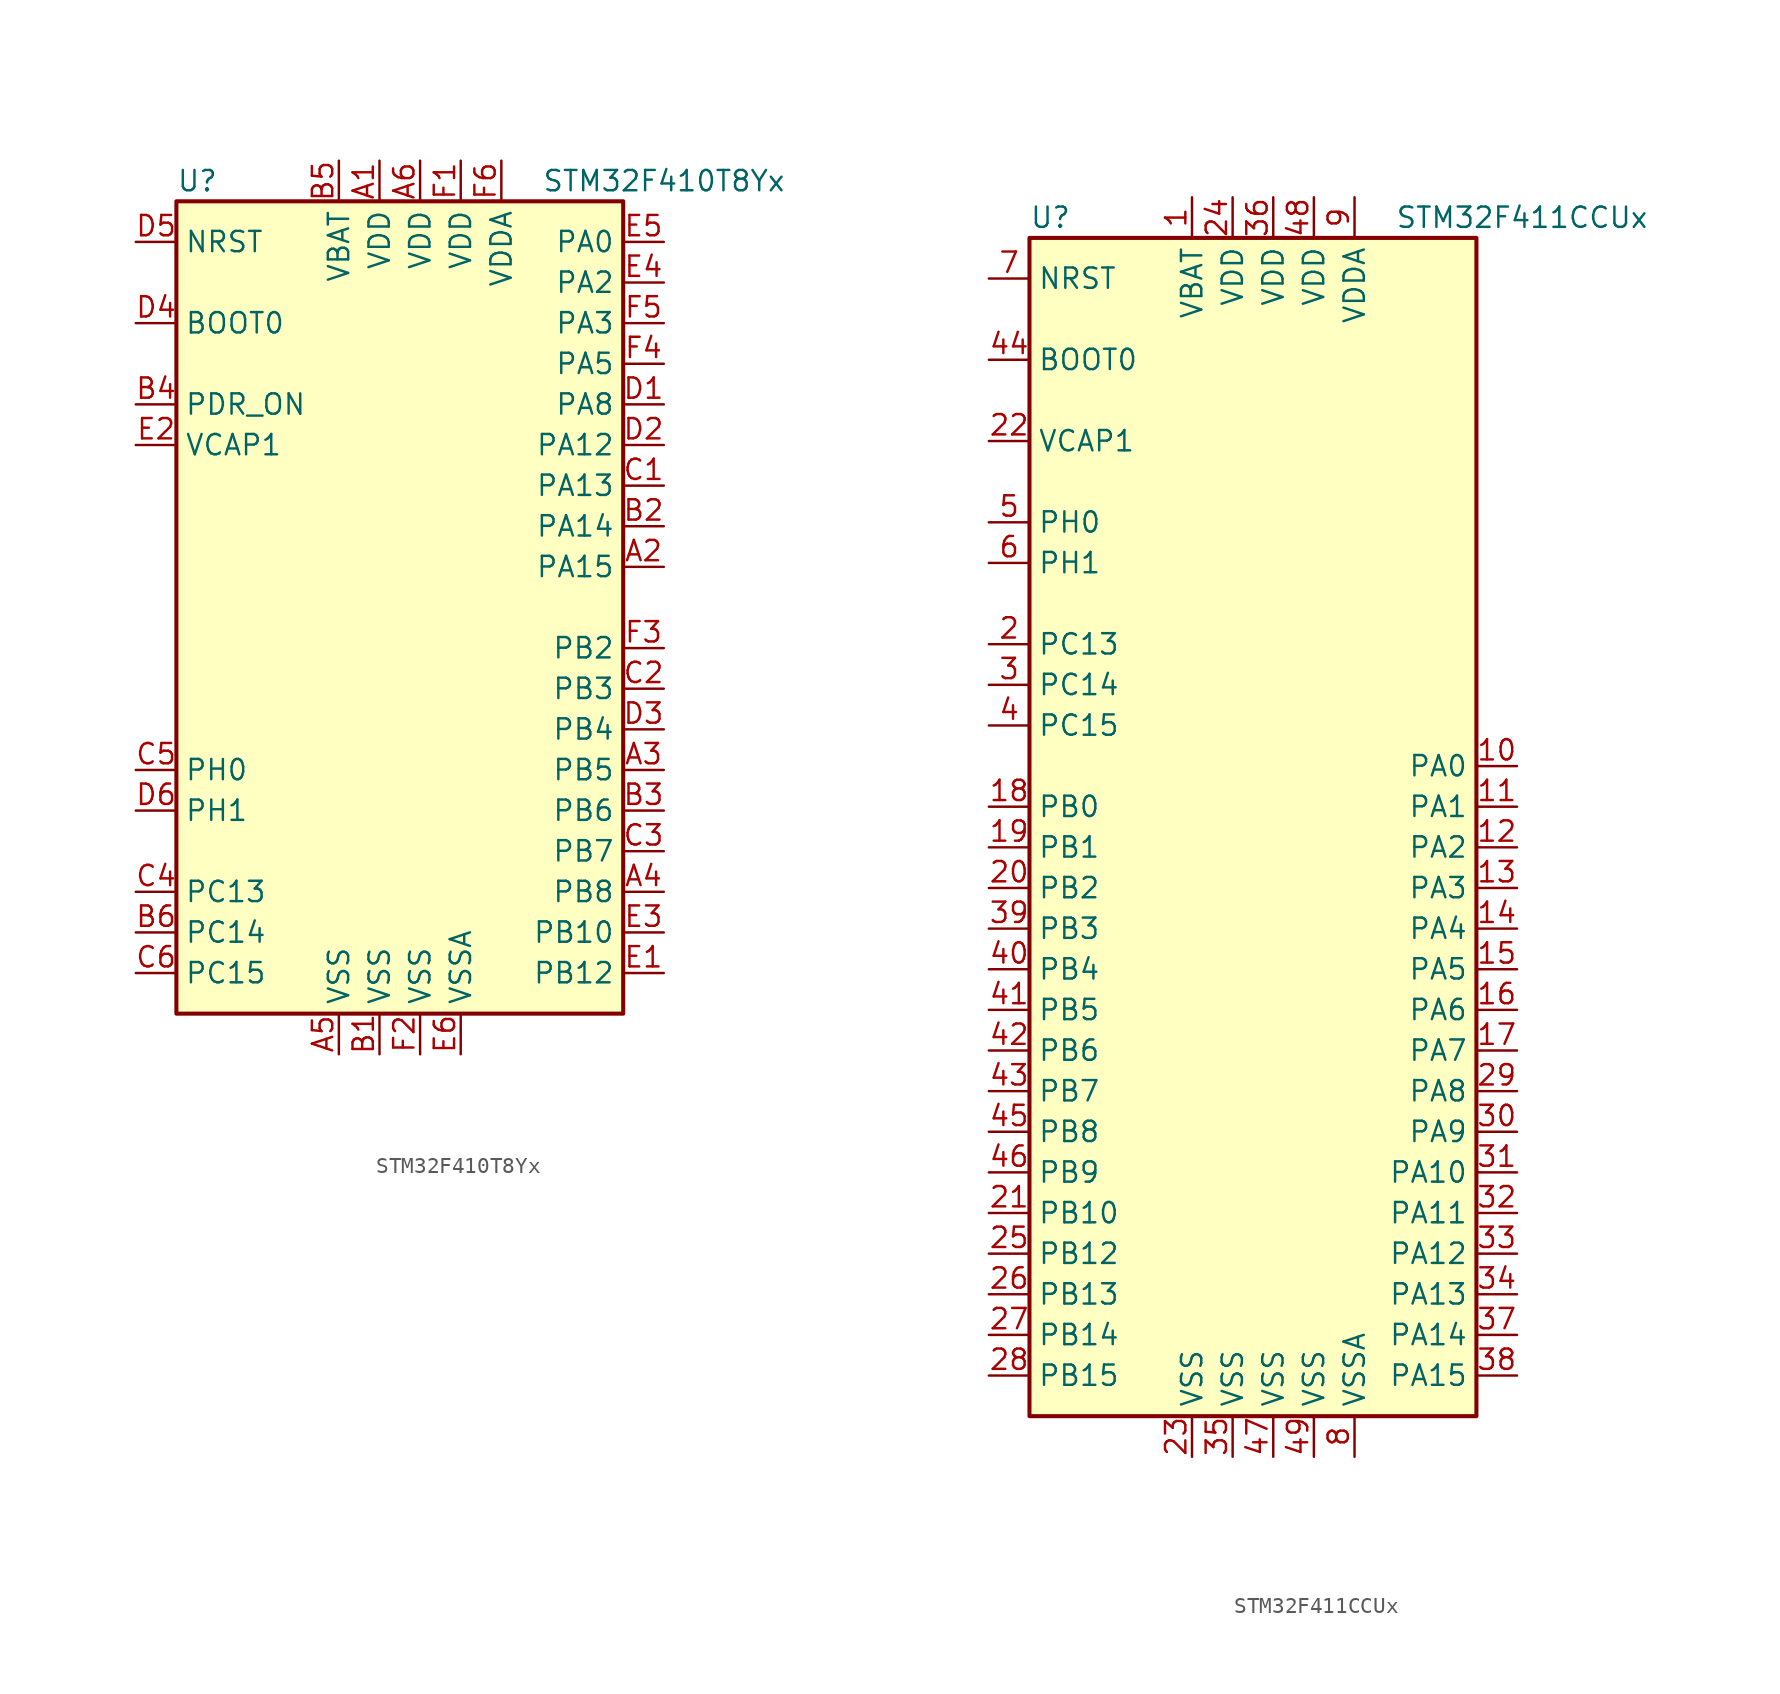
<source format=kicad_sym>
(kicad_symbol_lib
  (version 20201005)
  (generator kicad_symbol_editor)
  (symbol "STM32F410T8Yx"
    (property "Reference" "U"
      (at -15.24 26.67 0)
      (effects (font (size 1.27 1.27)) (justify left)))
    (property "Value" "STM32F410T8Yx"
      (at 7.62 26.67 0)
      (effects (font (size 1.27 1.27)) (justify left)))
    (symbol "STM32F410T8Yx_0_1"
      (rectangle (start -15.24 -25.4) (end 12.7 25.4) (stroke (width 0.254)) (fill (type background))))
    (symbol "STM32F410T8Yx_1_1"
      (pin input line (at -17.78 17.78 0) (length 2.54) (name "BOOT0" (effects (font (size 1.27 1.27)))) (number "D4" (effects (font (size 1.27 1.27)))))
      (pin input line (at -17.78 22.86 0) (length 2.54) (name "NRST" (effects (font (size 1.27 1.27)))) (number "D5" (effects (font (size 1.27 1.27)))))
      (pin bidirectional line (at 15.24 22.86 180) (length 2.54) (name "PA0" (effects (font (size 1.27 1.27)))) (number "E5" (effects (font (size 1.27 1.27)))))
      (pin bidirectional line (at 15.24 10.16 180) (length 2.54) (name "PA12" (effects (font (size 1.27 1.27)))) (number "D2" (effects (font (size 1.27 1.27)))))
      (pin bidirectional line (at 15.24 7.62 180) (length 2.54) (name "PA13" (effects (font (size 1.27 1.27)))) (number "C1" (effects (font (size 1.27 1.27)))))
      (pin bidirectional line (at 15.24 5.08 180) (length 2.54) (name "PA14" (effects (font (size 1.27 1.27)))) (number "B2" (effects (font (size 1.27 1.27)))))
      (pin bidirectional line (at 15.24 2.54 180) (length 2.54) (name "PA15" (effects (font (size 1.27 1.27)))) (number "A2" (effects (font (size 1.27 1.27)))))
      (pin bidirectional line (at 15.24 20.32 180) (length 2.54) (name "PA2" (effects (font (size 1.27 1.27)))) (number "E4" (effects (font (size 1.27 1.27)))))
      (pin bidirectional line (at 15.24 17.78 180) (length 2.54) (name "PA3" (effects (font (size 1.27 1.27)))) (number "F5" (effects (font (size 1.27 1.27)))))
      (pin bidirectional line (at 15.24 15.24 180) (length 2.54) (name "PA5" (effects (font (size 1.27 1.27)))) (number "F4" (effects (font (size 1.27 1.27)))))
      (pin bidirectional line (at 15.24 12.7 180) (length 2.54) (name "PA8" (effects (font (size 1.27 1.27)))) (number "D1" (effects (font (size 1.27 1.27)))))
      (pin bidirectional line (at 15.24 -20.32 180) (length 2.54) (name "PB10" (effects (font (size 1.27 1.27)))) (number "E3" (effects (font (size 1.27 1.27)))))
      (pin bidirectional line (at 15.24 -22.86 180) (length 2.54) (name "PB12" (effects (font (size 1.27 1.27)))) (number "E1" (effects (font (size 1.27 1.27)))))
      (pin bidirectional line (at 15.24 -2.54 180) (length 2.54) (name "PB2" (effects (font (size 1.27 1.27)))) (number "F3" (effects (font (size 1.27 1.27)))))
      (pin bidirectional line (at 15.24 -5.08 180) (length 2.54) (name "PB3" (effects (font (size 1.27 1.27)))) (number "C2" (effects (font (size 1.27 1.27)))))
      (pin bidirectional line (at 15.24 -7.62 180) (length 2.54) (name "PB4" (effects (font (size 1.27 1.27)))) (number "D3" (effects (font (size 1.27 1.27)))))
      (pin bidirectional line (at 15.24 -10.16 180) (length 2.54) (name "PB5" (effects (font (size 1.27 1.27)))) (number "A3" (effects (font (size 1.27 1.27)))))
      (pin bidirectional line (at 15.24 -12.7 180) (length 2.54) (name "PB6" (effects (font (size 1.27 1.27)))) (number "B3" (effects (font (size 1.27 1.27)))))
      (pin bidirectional line (at 15.24 -15.24 180) (length 2.54) (name "PB7" (effects (font (size 1.27 1.27)))) (number "C3" (effects (font (size 1.27 1.27)))))
      (pin bidirectional line (at 15.24 -17.78 180) (length 2.54) (name "PB8" (effects (font (size 1.27 1.27)))) (number "A4" (effects (font (size 1.27 1.27)))))
      (pin bidirectional line (at -17.78 -17.78 0) (length 2.54) (name "PC13" (effects (font (size 1.27 1.27)))) (number "C4" (effects (font (size 1.27 1.27)))))
      (pin bidirectional line (at -17.78 -20.32 0) (length 2.54) (name "PC14" (effects (font (size 1.27 1.27)))) (number "B6" (effects (font (size 1.27 1.27)))))
      (pin bidirectional line (at -17.78 -22.86 0) (length 2.54) (name "PC15" (effects (font (size 1.27 1.27)))) (number "C6" (effects (font (size 1.27 1.27)))))
      (pin power_in line (at -17.78 12.7 0) (length 2.54) (name "PDR_ON" (effects (font (size 1.27 1.27)))) (number "B4" (effects (font (size 1.27 1.27)))))
      (pin input line (at -17.78 -10.16 0) (length 2.54) (name "PH0" (effects (font (size 1.27 1.27)))) (number "C5" (effects (font (size 1.27 1.27)))))
      (pin input line (at -17.78 -12.7 0) (length 2.54) (name "PH1" (effects (font (size 1.27 1.27)))) (number "D6" (effects (font (size 1.27 1.27)))))
      (pin power_in line (at -5.08 27.94 270) (length 2.54) (name "VBAT" (effects (font (size 1.27 1.27)))) (number "B5" (effects (font (size 1.27 1.27)))))
      (pin power_in line (at -17.78 10.16 0) (length 2.54) (name "VCAP1" (effects (font (size 1.27 1.27)))) (number "E2" (effects (font (size 1.27 1.27)))))
      (pin power_in line (at -2.54 27.94 270) (length 2.54) (name "VDD" (effects (font (size 1.27 1.27)))) (number "A1" (effects (font (size 1.27 1.27)))))
      (pin power_in line (at 0 27.94 270) (length 2.54) (name "VDD" (effects (font (size 1.27 1.27)))) (number "A6" (effects (font (size 1.27 1.27)))))
      (pin power_in line (at 2.54 27.94 270) (length 2.54) (name "VDD" (effects (font (size 1.27 1.27)))) (number "F1" (effects (font (size 1.27 1.27)))))
      (pin power_in line (at 5.08 27.94 270) (length 2.54) (name "VDDA" (effects (font (size 1.27 1.27)))) (number "F6" (effects (font (size 1.27 1.27)))))
      (pin power_in line (at -5.08 -27.94 90) (length 2.54) (name "VSS" (effects (font (size 1.27 1.27)))) (number "A5" (effects (font (size 1.27 1.27)))))
      (pin power_in line (at -2.54 -27.94 90) (length 2.54) (name "VSS" (effects (font (size 1.27 1.27)))) (number "B1" (effects (font (size 1.27 1.27)))))
      (pin power_in line (at 0 -27.94 90) (length 2.54) (name "VSS" (effects (font (size 1.27 1.27)))) (number "F2" (effects (font (size 1.27 1.27)))))
      (pin power_in line (at 2.54 -27.94 90) (length 2.54) (name "VSSA" (effects (font (size 1.27 1.27)))) (number "E6" (effects (font (size 1.27 1.27)))))))
  (symbol "STM32F411CCUx"
    (property "Reference" "U"
      (at -15.24 36.83 0)
      (effects (font (size 1.27 1.27)) (justify left)))
    (property "Value" "STM32F411CCUx"
      (at 7.62 36.83 0)
      (effects (font (size 1.27 1.27)) (justify left)))
    (symbol "STM32F411CCUx_0_1"
      (rectangle (start -15.24 -38.1) (end 12.7 35.56) (stroke (width 0.254)) (fill (type background))))
    (symbol "STM32F411CCUx_1_1"
      (pin input line (at -17.78 27.94 0) (length 2.54) (name "BOOT0" (effects (font (size 1.27 1.27)))) (number "44" (effects (font (size 1.27 1.27)))))
      (pin input line (at -17.78 33.02 0) (length 2.54) (name "NRST" (effects (font (size 1.27 1.27)))) (number "7" (effects (font (size 1.27 1.27)))))
      (pin bidirectional line (at 15.24 2.54 180) (length 2.54) (name "PA0" (effects (font (size 1.27 1.27)))) (number "10" (effects (font (size 1.27 1.27)))))
      (pin bidirectional line (at 15.24 0 180) (length 2.54) (name "PA1" (effects (font (size 1.27 1.27)))) (number "11" (effects (font (size 1.27 1.27)))))
      (pin bidirectional line (at 15.24 -22.86 180) (length 2.54) (name "PA10" (effects (font (size 1.27 1.27)))) (number "31" (effects (font (size 1.27 1.27)))))
      (pin bidirectional line (at 15.24 -25.4 180) (length 2.54) (name "PA11" (effects (font (size 1.27 1.27)))) (number "32" (effects (font (size 1.27 1.27)))))
      (pin bidirectional line (at 15.24 -27.94 180) (length 2.54) (name "PA12" (effects (font (size 1.27 1.27)))) (number "33" (effects (font (size 1.27 1.27)))))
      (pin bidirectional line (at 15.24 -30.48 180) (length 2.54) (name "PA13" (effects (font (size 1.27 1.27)))) (number "34" (effects (font (size 1.27 1.27)))))
      (pin bidirectional line (at 15.24 -33.02 180) (length 2.54) (name "PA14" (effects (font (size 1.27 1.27)))) (number "37" (effects (font (size 1.27 1.27)))))
      (pin bidirectional line (at 15.24 -35.56 180) (length 2.54) (name "PA15" (effects (font (size 1.27 1.27)))) (number "38" (effects (font (size 1.27 1.27)))))
      (pin bidirectional line (at 15.24 -2.54 180) (length 2.54) (name "PA2" (effects (font (size 1.27 1.27)))) (number "12" (effects (font (size 1.27 1.27)))))
      (pin bidirectional line (at 15.24 -5.08 180) (length 2.54) (name "PA3" (effects (font (size 1.27 1.27)))) (number "13" (effects (font (size 1.27 1.27)))))
      (pin bidirectional line (at 15.24 -7.62 180) (length 2.54) (name "PA4" (effects (font (size 1.27 1.27)))) (number "14" (effects (font (size 1.27 1.27)))))
      (pin bidirectional line (at 15.24 -10.16 180) (length 2.54) (name "PA5" (effects (font (size 1.27 1.27)))) (number "15" (effects (font (size 1.27 1.27)))))
      (pin bidirectional line (at 15.24 -12.7 180) (length 2.54) (name "PA6" (effects (font (size 1.27 1.27)))) (number "16" (effects (font (size 1.27 1.27)))))
      (pin bidirectional line (at 15.24 -15.24 180) (length 2.54) (name "PA7" (effects (font (size 1.27 1.27)))) (number "17" (effects (font (size 1.27 1.27)))))
      (pin bidirectional line (at 15.24 -17.78 180) (length 2.54) (name "PA8" (effects (font (size 1.27 1.27)))) (number "29" (effects (font (size 1.27 1.27)))))
      (pin bidirectional line (at 15.24 -20.32 180) (length 2.54) (name "PA9" (effects (font (size 1.27 1.27)))) (number "30" (effects (font (size 1.27 1.27)))))
      (pin bidirectional line (at -17.78 0 0) (length 2.54) (name "PB0" (effects (font (size 1.27 1.27)))) (number "18" (effects (font (size 1.27 1.27)))))
      (pin bidirectional line (at -17.78 -2.54 0) (length 2.54) (name "PB1" (effects (font (size 1.27 1.27)))) (number "19" (effects (font (size 1.27 1.27)))))
      (pin bidirectional line (at -17.78 -25.4 0) (length 2.54) (name "PB10" (effects (font (size 1.27 1.27)))) (number "21" (effects (font (size 1.27 1.27)))))
      (pin bidirectional line (at -17.78 -27.94 0) (length 2.54) (name "PB12" (effects (font (size 1.27 1.27)))) (number "25" (effects (font (size 1.27 1.27)))))
      (pin bidirectional line (at -17.78 -30.48 0) (length 2.54) (name "PB13" (effects (font (size 1.27 1.27)))) (number "26" (effects (font (size 1.27 1.27)))))
      (pin bidirectional line (at -17.78 -33.02 0) (length 2.54) (name "PB14" (effects (font (size 1.27 1.27)))) (number "27" (effects (font (size 1.27 1.27)))))
      (pin bidirectional line (at -17.78 -35.56 0) (length 2.54) (name "PB15" (effects (font (size 1.27 1.27)))) (number "28" (effects (font (size 1.27 1.27)))))
      (pin bidirectional line (at -17.78 -5.08 0) (length 2.54) (name "PB2" (effects (font (size 1.27 1.27)))) (number "20" (effects (font (size 1.27 1.27)))))
      (pin bidirectional line (at -17.78 -7.62 0) (length 2.54) (name "PB3" (effects (font (size 1.27 1.27)))) (number "39" (effects (font (size 1.27 1.27)))))
      (pin bidirectional line (at -17.78 -10.16 0) (length 2.54) (name "PB4" (effects (font (size 1.27 1.27)))) (number "40" (effects (font (size 1.27 1.27)))))
      (pin bidirectional line (at -17.78 -12.7 0) (length 2.54) (name "PB5" (effects (font (size 1.27 1.27)))) (number "41" (effects (font (size 1.27 1.27)))))
      (pin bidirectional line (at -17.78 -15.24 0) (length 2.54) (name "PB6" (effects (font (size 1.27 1.27)))) (number "42" (effects (font (size 1.27 1.27)))))
      (pin bidirectional line (at -17.78 -17.78 0) (length 2.54) (name "PB7" (effects (font (size 1.27 1.27)))) (number "43" (effects (font (size 1.27 1.27)))))
      (pin bidirectional line (at -17.78 -20.32 0) (length 2.54) (name "PB8" (effects (font (size 1.27 1.27)))) (number "45" (effects (font (size 1.27 1.27)))))
      (pin bidirectional line (at -17.78 -22.86 0) (length 2.54) (name "PB9" (effects (font (size 1.27 1.27)))) (number "46" (effects (font (size 1.27 1.27)))))
      (pin bidirectional line (at -17.78 10.16 0) (length 2.54) (name "PC13" (effects (font (size 1.27 1.27)))) (number "2" (effects (font (size 1.27 1.27)))))
      (pin bidirectional line (at -17.78 7.62 0) (length 2.54) (name "PC14" (effects (font (size 1.27 1.27)))) (number "3" (effects (font (size 1.27 1.27)))))
      (pin bidirectional line (at -17.78 5.08 0) (length 2.54) (name "PC15" (effects (font (size 1.27 1.27)))) (number "4" (effects (font (size 1.27 1.27)))))
      (pin input line (at -17.78 17.78 0) (length 2.54) (name "PH0" (effects (font (size 1.27 1.27)))) (number "5" (effects (font (size 1.27 1.27)))))
      (pin input line (at -17.78 15.24 0) (length 2.54) (name "PH1" (effects (font (size 1.27 1.27)))) (number "6" (effects (font (size 1.27 1.27)))))
      (pin power_in line (at -5.08 38.1 270) (length 2.54) (name "VBAT" (effects (font (size 1.27 1.27)))) (number "1" (effects (font (size 1.27 1.27)))))
      (pin power_in line (at -17.78 22.86 0) (length 2.54) (name "VCAP1" (effects (font (size 1.27 1.27)))) (number "22" (effects (font (size 1.27 1.27)))))
      (pin power_in line (at -2.54 38.1 270) (length 2.54) (name "VDD" (effects (font (size 1.27 1.27)))) (number "24" (effects (font (size 1.27 1.27)))))
      (pin power_in line (at 0 38.1 270) (length 2.54) (name "VDD" (effects (font (size 1.27 1.27)))) (number "36" (effects (font (size 1.27 1.27)))))
      (pin power_in line (at 2.54 38.1 270) (length 2.54) (name "VDD" (effects (font (size 1.27 1.27)))) (number "48" (effects (font (size 1.27 1.27)))))
      (pin power_in line (at 5.08 38.1 270) (length 2.54) (name "VDDA" (effects (font (size 1.27 1.27)))) (number "9" (effects (font (size 1.27 1.27)))))
      (pin power_in line (at -5.08 -40.64 90) (length 2.54) (name "VSS" (effects (font (size 1.27 1.27)))) (number "23" (effects (font (size 1.27 1.27)))))
      (pin power_in line (at -2.54 -40.64 90) (length 2.54) (name "VSS" (effects (font (size 1.27 1.27)))) (number "35" (effects (font (size 1.27 1.27)))))
      (pin power_in line (at 0 -40.64 90) (length 2.54) (name "VSS" (effects (font (size 1.27 1.27)))) (number "47" (effects (font (size 1.27 1.27)))))
      (pin power_in line (at 2.54 -40.64 90) (length 2.54) (name "VSS" (effects (font (size 1.27 1.27)))) (number "49" (effects (font (size 1.27 1.27)))))
      (pin power_in line (at 5.08 -40.64 90) (length 2.54) (name "VSSA" (effects (font (size 1.27 1.27)))) (number "8" (effects (font (size 1.27 1.27))))))))
</source>
